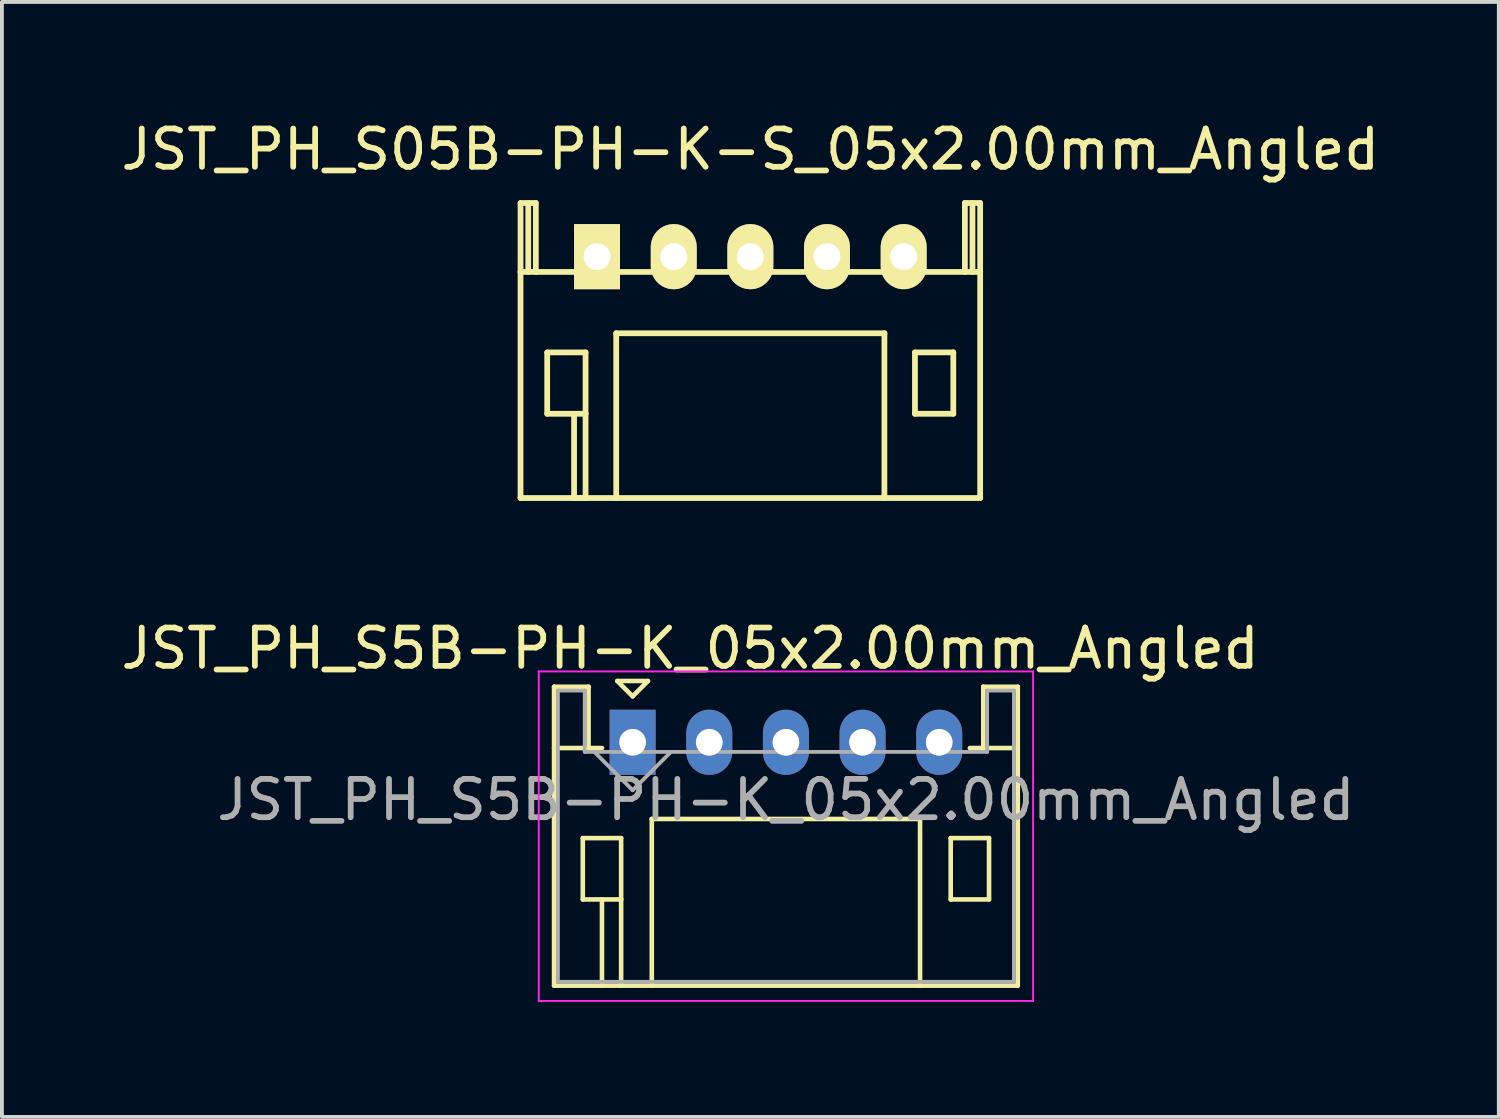
<source format=kicad_pcb>
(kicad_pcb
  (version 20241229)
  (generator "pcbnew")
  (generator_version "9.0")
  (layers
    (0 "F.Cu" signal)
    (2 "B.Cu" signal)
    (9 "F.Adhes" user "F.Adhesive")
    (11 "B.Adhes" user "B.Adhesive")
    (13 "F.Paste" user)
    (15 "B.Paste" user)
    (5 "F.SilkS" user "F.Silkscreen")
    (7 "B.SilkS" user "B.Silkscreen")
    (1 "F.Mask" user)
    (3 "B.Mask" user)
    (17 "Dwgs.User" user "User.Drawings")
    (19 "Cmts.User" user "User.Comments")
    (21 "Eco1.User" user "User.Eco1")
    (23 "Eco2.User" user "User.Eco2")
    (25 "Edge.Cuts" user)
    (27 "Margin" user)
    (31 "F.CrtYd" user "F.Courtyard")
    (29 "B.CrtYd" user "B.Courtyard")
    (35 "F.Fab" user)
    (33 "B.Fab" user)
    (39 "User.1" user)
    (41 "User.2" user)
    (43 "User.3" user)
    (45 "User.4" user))
  (footprint "JST_PH_S05B-PH-K-S_05x2.00mm_Angled"
    (layer "F.Cu")
    (at 12.53 3.647)
    (property "Reference" "JST_PH_S05B-PH-K-S_05x2.00mm_Angled" (at 4 -2.799 0) (layer "F.SilkS") (effects (font (size 1 1) (thickness 0.15))))
    (attr through_hole)
    (fp_line (start -1.999 0.399) (end 9.999 0.399) (stroke (width 0.15) (type solid)) (layer "F.SilkS"))
    (fp_line (start -1.999 6.299) (end 9.999 6.299) (stroke (width 0.15) (type solid)) (layer "F.SilkS"))
    (fp_line (start -1.997 -1.4) (end -1.997 6.299) (stroke (width 0.15) (type solid)) (layer "F.SilkS"))
    (fp_line (start -1.796 -1.4) (end -1.796 0.399) (stroke (width 0.15) (type solid)) (layer "F.SilkS"))
    (fp_line (start -1.598 -1.4) (end -1.997 -1.4) (stroke (width 0.15) (type solid)) (layer "F.SilkS"))
    (fp_line (start -1.598 0.399) (end -1.598 -1.4) (stroke (width 0.15) (type solid)) (layer "F.SilkS"))
    (fp_line (start -1.301 2.499) (end -0.3 2.499) (stroke (width 0.15) (type solid)) (layer "F.SilkS"))
    (fp_line (start -1.301 4.1) (end -1.301 2.499) (stroke (width 0.15) (type solid)) (layer "F.SilkS"))
    (fp_line (start -0.6 6.299) (end -0.6 4.1) (stroke (width 0.15) (type solid)) (layer "F.SilkS"))
    (fp_line (start -0.3 2.499) (end -0.3 4.1) (stroke (width 0.15) (type solid)) (layer "F.SilkS"))
    (fp_line (start -0.3 4.1) (end -1.301 4.1) (stroke (width 0.15) (type solid)) (layer "F.SilkS"))
    (fp_line (start -0.3 4.1) (end -0.3 6.299) (stroke (width 0.15) (type solid)) (layer "F.SilkS"))
    (fp_line (start -0.3 6.299) (end -0.6 6.299) (stroke (width 0.15) (type solid)) (layer "F.SilkS"))
    (fp_line (start 0.5 1.999) (end 0.5 6.299) (stroke (width 0.15) (type solid)) (layer "F.SilkS"))
    (fp_line (start 0.5 1.999) (end 7.5 1.999) (stroke (width 0.15) (type solid)) (layer "F.SilkS"))
    (fp_line (start 7.498 1.999) (end 7.498 6.299) (stroke (width 0.15) (type solid)) (layer "F.SilkS"))
    (fp_line (start 8.295 2.499) (end 9.296 2.499) (stroke (width 0.15) (type solid)) (layer "F.SilkS"))
    (fp_line (start 8.295 4.1) (end 8.295 2.499) (stroke (width 0.15) (type solid)) (layer "F.SilkS"))
    (fp_line (start 9.296 2.499) (end 9.296 4.1) (stroke (width 0.15) (type solid)) (layer "F.SilkS"))
    (fp_line (start 9.296 4.1) (end 8.295 4.1) (stroke (width 0.15) (type solid)) (layer "F.SilkS"))
    (fp_line (start 9.598 -1.4) (end 9.598 0.399) (stroke (width 0.15) (type solid)) (layer "F.SilkS"))
    (fp_line (start 9.796 -1.4) (end 9.796 0.399) (stroke (width 0.15) (type solid)) (layer "F.SilkS"))
    (fp_line (start 9.997 -1.4) (end 9.598 -1.4) (stroke (width 0.15) (type solid)) (layer "F.SilkS"))
    (fp_line (start 9.997 6.299) (end 9.997 -1.4) (stroke (width 0.15) (type solid)) (layer "F.SilkS"))
    (pad "1" thru_hole rect (at -0.001 0) (size 1.199 1.699) (drill 0.701) (layers "*.Cu" "*.Mask" "F.SilkS"))
    (pad "2" thru_hole oval (at 2.001 0) (size 1.199 1.699) (drill 0.701) (layers "*.Cu" "*.Mask" "F.SilkS"))
    (pad "3" thru_hole oval (at 4 0) (size 1.199 1.699) (drill 0.701) (layers "*.Cu" "*.Mask" "F.SilkS"))
    (pad "4" thru_hole oval (at 5.999 0) (size 1.199 1.699) (drill 0.701) (layers "*.Cu" "*.Mask" "F.SilkS"))
    (pad "5" thru_hole oval (at 8.001 0) (size 1.199 1.699) (drill 0.701) (layers "*.Cu" "*.Mask" "F.SilkS")))
  (footprint "JST_PH_S5B-PH-K_05x2.00mm_Angled"
    (layer "F.Cu")
    (at 13.458 16.32)
    (property "Reference" "JST_PH_S5B-PH-K_05x2.00mm_Angled" (at 1.5 -2.45 0) (layer "F.SilkS") (effects (font (size 1 1) (thickness 0.15))))
    (attr through_hole)
    (fp_line (start -2.05 -1.45) (end -2.05 6.35) (stroke (width 0.12) (type solid)) (layer "F.SilkS"))
    (fp_line (start -2.05 0.15) (end -1.15 0.15) (stroke (width 0.12) (type solid)) (layer "F.SilkS"))
    (fp_line (start -2.05 6.35) (end 10.05 6.35) (stroke (width 0.12) (type solid)) (layer "F.SilkS"))
    (fp_line (start -1.3 2.5) (end -1.3 4.1) (stroke (width 0.12) (type solid)) (layer "F.SilkS"))
    (fp_line (start -1.3 4.1) (end -0.3 4.1) (stroke (width 0.12) (type solid)) (layer "F.SilkS"))
    (fp_line (start -1.15 -1.45) (end -2.05 -1.45) (stroke (width 0.12) (type solid)) (layer "F.SilkS"))
    (fp_line (start -1.15 0.15) (end -1.15 -1.45) (stroke (width 0.12) (type solid)) (layer "F.SilkS"))
    (fp_line (start -0.8 0.15) (end -1.15 0.15) (stroke (width 0.12) (type solid)) (layer "F.SilkS"))
    (fp_line (start -0.8 4.1) (end -0.8 6.35) (stroke (width 0.12) (type solid)) (layer "F.SilkS"))
    (fp_line (start -0.4 -1.6) (end 0.4 -1.6) (stroke (width 0.12) (type solid)) (layer "F.SilkS"))
    (fp_line (start -0.3 2.5) (end -1.3 2.5) (stroke (width 0.12) (type solid)) (layer "F.SilkS"))
    (fp_line (start -0.3 4.1) (end -0.3 2.5) (stroke (width 0.12) (type solid)) (layer "F.SilkS"))
    (fp_line (start -0.3 4.1) (end -0.3 6.35) (stroke (width 0.12) (type solid)) (layer "F.SilkS"))
    (fp_line (start 0 -1.2) (end -0.4 -1.6) (stroke (width 0.12) (type solid)) (layer "F.SilkS"))
    (fp_line (start 0.4 -1.6) (end 0 -1.2) (stroke (width 0.12) (type solid)) (layer "F.SilkS"))
    (fp_line (start 0.5 2) (end 7.5 2) (stroke (width 0.12) (type solid)) (layer "F.SilkS"))
    (fp_line (start 0.5 6.35) (end 0.5 2) (stroke (width 0.12) (type solid)) (layer "F.SilkS"))
    (fp_line (start 7.5 2) (end 7.5 6.35) (stroke (width 0.12) (type solid)) (layer "F.SilkS"))
    (fp_line (start 8.3 2.5) (end 9.3 2.5) (stroke (width 0.12) (type solid)) (layer "F.SilkS"))
    (fp_line (start 8.3 4.1) (end 8.3 2.5) (stroke (width 0.12) (type solid)) (layer "F.SilkS"))
    (fp_line (start 9.15 -1.45) (end 9.15 0.15) (stroke (width 0.12) (type solid)) (layer "F.SilkS"))
    (fp_line (start 9.15 0.15) (end 8.8 0.15) (stroke (width 0.12) (type solid)) (layer "F.SilkS"))
    (fp_line (start 9.3 2.5) (end 9.3 4.1) (stroke (width 0.12) (type solid)) (layer "F.SilkS"))
    (fp_line (start 9.3 4.1) (end 8.3 4.1) (stroke (width 0.12) (type solid)) (layer "F.SilkS"))
    (fp_line (start 10.05 -1.45) (end 9.15 -1.45) (stroke (width 0.12) (type solid)) (layer "F.SilkS"))
    (fp_line (start 10.05 0.15) (end 9.15 0.15) (stroke (width 0.12) (type solid)) (layer "F.SilkS"))
    (fp_line (start 10.05 6.35) (end 10.05 -1.45) (stroke (width 0.12) (type solid)) (layer "F.SilkS"))
    (fp_line (start -2.45 -1.85) (end -2.45 6.75) (stroke (width 0.05) (type solid)) (layer "F.CrtYd"))
    (fp_line (start -2.45 6.75) (end 10.45 6.75) (stroke (width 0.05) (type solid)) (layer "F.CrtYd"))
    (fp_line (start 10.45 -1.85) (end -2.45 -1.85) (stroke (width 0.05) (type solid)) (layer "F.CrtYd"))
    (fp_line (start 10.45 6.75) (end 10.45 -1.85) (stroke (width 0.05) (type solid)) (layer "F.CrtYd"))
    (fp_line (start -1.95 -1.35) (end -1.95 6.25) (stroke (width 0.1) (type solid)) (layer "F.Fab"))
    (fp_line (start -1.95 6.25) (end 9.95 6.25) (stroke (width 0.1) (type solid)) (layer "F.Fab"))
    (fp_line (start -1.25 -1.35) (end -1.95 -1.35) (stroke (width 0.1) (type solid)) (layer "F.Fab"))
    (fp_line (start -1.25 0.25) (end -1.25 -1.35) (stroke (width 0.1) (type solid)) (layer "F.Fab"))
    (fp_line (start -1 0.25) (end 0 1.25) (stroke (width 0.1) (type solid)) (layer "F.Fab"))
    (fp_line (start 0 1.25) (end 1 0.25) (stroke (width 0.1) (type solid)) (layer "F.Fab"))
    (fp_line (start 9.25 -1.35) (end 9.25 0.25) (stroke (width 0.1) (type solid)) (layer "F.Fab"))
    (fp_line (start 9.25 0.25) (end -1.25 0.25) (stroke (width 0.1) (type solid)) (layer "F.Fab"))
    (fp_line (start 9.95 -1.35) (end 9.25 -1.35) (stroke (width 0.1) (type solid)) (layer "F.Fab"))
    (fp_line (start 9.95 6.25) (end 9.95 -1.35) (stroke (width 0.1) (type solid)) (layer "F.Fab"))
    (fp_text user "${REFERENCE}" (at 4 1.5 0) (layer "F.Fab") (effects (font (size 1 1) (thickness 0.15))))
    (pad "1" thru_hole rect (at 0 0) (size 1.2 1.7) (drill 0.7) (layers "*.Cu" "*.Mask"))
    (pad "2" thru_hole oval (at 2 0) (size 1.2 1.7) (drill 0.7) (layers "*.Cu" "*.Mask"))
    (pad "3" thru_hole oval (at 4 0) (size 1.2 1.7) (drill 0.7) (layers "*.Cu" "*.Mask"))
    (pad "4" thru_hole oval (at 6 0) (size 1.2 1.7) (drill 0.7) (layers "*.Cu" "*.Mask"))
    (pad "5" thru_hole oval (at 8 0) (size 1.2 1.7) (drill 0.7) (layers "*.Cu" "*.Mask")))
  (gr_rect
    (start -3 -3)
    (end 36.06 26.095)
    (stroke (width 0.1) (type default))
    (fill no)
    (layer "Edge.Cuts")))
</source>
